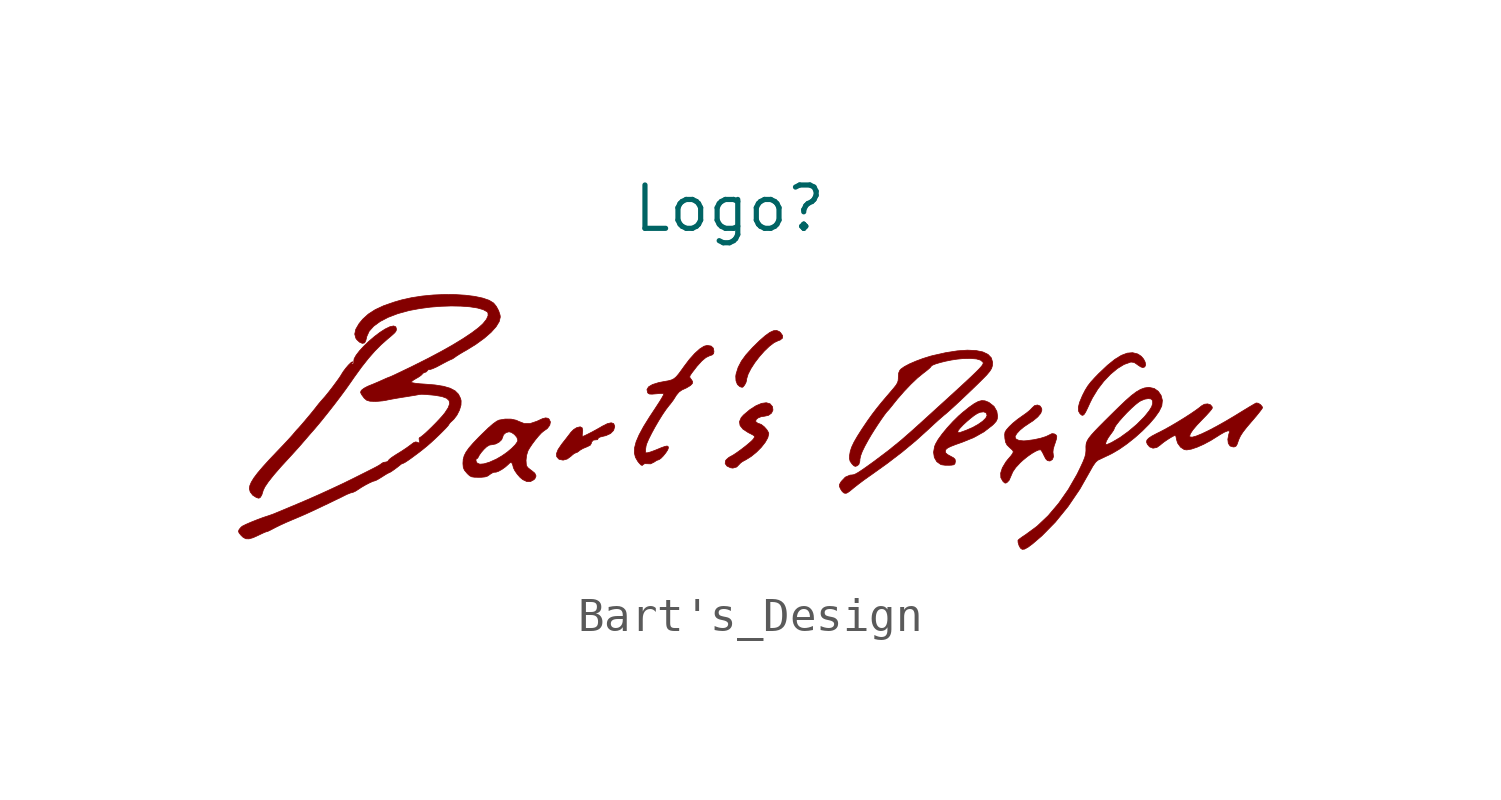
<source format=kicad_sym>
(kicad_symbol_lib
  (version 20231120)
  (generator "kicad_symbol_editor")
  (generator_version "8.0")
  (symbol "Bart's_Design"
    (property "Reference" "Logo"
      (at 0 3.302 0)
      (effects (font (size 1.27 1.27))))
    (property "Value" ""
      (at 0 0 0)
      (effects (font (size 1.27 1.27))))
    (symbol "Bart's_Design_0_0"
      (polyline (pts (xy 0.4 -1.927) (xy 0.445 -1.87) (xy 0.484 -1.795) (xy 0.501 -1.729) (xy 0.504 -1.69) (xy 0.546 -1.554) (xy 0.628 -1.393) (xy 0.741 -1.218) (xy 0.876 -1.042) (xy 1.021 -0.878) (xy 1.168 -0.737) (xy 1.306 -0.631) (xy 1.426 -0.574) (xy 1.484 -0.554) (xy 1.554 -0.498) (xy 1.557 -0.424) (xy 1.494 -0.335) (xy 1.461 -0.307) (xy 1.383 -0.274) (xy 1.292 -0.281) (xy 1.182 -0.331) (xy 1.047 -0.428) (xy 0.881 -0.573) (xy 0.68 -0.77) (xy 0.677 -0.773) (xy 0.487 -0.983) (xy 0.348 -1.173) (xy 0.253 -1.357) (xy 0.193 -1.549) (xy 0.183 -1.615) (xy 0.19 -1.75) (xy 0.232 -1.858) (xy 0.303 -1.921) (xy 0.32 -1.927) (xy 0.371 -1.941) (xy 0.4 -1.927)) (stroke (width 0.01) (type default)) (fill (type outline)))
      (polyline (pts (xy 10.398 -2.737) (xy 10.441 -2.671) (xy 10.498 -2.556) (xy 10.576 -2.386) (xy 10.646 -2.246) (xy 10.799 -1.996) (xy 10.977 -1.764) (xy 11.171 -1.56) (xy 11.372 -1.392) (xy 11.569 -1.271) (xy 11.754 -1.204) (xy 11.781 -1.2) (xy 11.867 -1.212) (xy 11.959 -1.273) (xy 11.979 -1.289) (xy 12.059 -1.341) (xy 12.12 -1.362) (xy 12.179 -1.342) (xy 12.203 -1.284) (xy 12.19 -1.204) (xy 12.146 -1.115) (xy 12.076 -1.032) (xy 11.984 -0.97) (xy 11.965 -0.961) (xy 11.82 -0.925) (xy 11.663 -0.939) (xy 11.491 -1.004) (xy 11.298 -1.123) (xy 11.081 -1.298) (xy 10.835 -1.531) (xy 10.722 -1.647) (xy 10.601 -1.779) (xy 10.51 -1.897) (xy 10.435 -2.016) (xy 10.364 -2.154) (xy 10.347 -2.189) (xy 10.267 -2.38) (xy 10.23 -2.527) (xy 10.234 -2.635) (xy 10.278 -2.713) (xy 10.285 -2.72) (xy 10.326 -2.755) (xy 10.361 -2.763) (xy 10.398 -2.737)) (stroke (width 0.01) (type default)) (fill (type outline)))
      (polyline (pts (xy -4.76 -4.043) (xy -4.647 -3.96) (xy -4.628 -3.941) (xy -4.558 -3.884) (xy -4.508 -3.861) (xy -4.466 -3.847) (xy -4.402 -3.8) (xy -4.386 -3.786) (xy -4.301 -3.736) (xy -4.197 -3.692) (xy -4.179 -3.686) (xy -4.083 -3.638) (xy -4.052 -3.583) (xy -4.045 -3.546) (xy -3.994 -3.489) (xy -3.905 -3.479) (xy -3.873 -3.477) (xy -3.854 -3.446) (xy -3.852 -3.433) (xy -3.801 -3.401) (xy -3.692 -3.373) (xy -3.626 -3.358) (xy -3.489 -3.296) (xy -3.399 -3.204) (xy -3.367 -3.093) (xy -3.368 -3.078) (xy -3.397 -3.005) (xy -3.47 -2.981) (xy -3.583 -3.007) (xy -3.734 -3.083) (xy -3.787 -3.115) (xy -3.92 -3.19) (xy -4.054 -3.262) (xy -4.174 -3.323) (xy -4.264 -3.366) (xy -4.311 -3.382) (xy -4.314 -3.381) (xy -4.32 -3.343) (xy -4.312 -3.267) (xy -4.305 -3.213) (xy -4.321 -3.129) (xy -4.379 -3.099) (xy -4.48 -3.123) (xy -4.569 -3.178) (xy -4.651 -3.259) (xy -4.66 -3.272) (xy -4.721 -3.352) (xy -4.806 -3.462) (xy -4.899 -3.58) (xy -4.925 -3.614) (xy -5.027 -3.765) (xy -5.074 -3.883) (xy -5.068 -3.974) (xy -5.011 -4.041) (xy -4.99 -4.054) (xy -4.88 -4.076) (xy -4.76 -4.043)) (stroke (width 0.01) (type default)) (fill (type outline)))
      (polyline (pts (xy 0.211 -4.277) (xy 0.305 -4.179) (xy 0.308 -4.175) (xy 0.361 -4.131) (xy 0.443 -4.084) (xy 0.475 -4.069) (xy 0.636 -3.968) (xy 0.792 -3.841) (xy 0.933 -3.699) (xy 1.047 -3.554) (xy 1.123 -3.419) (xy 1.151 -3.305) (xy 1.143 -3.267) (xy 1.094 -3.183) (xy 1.018 -3.098) (xy 0.934 -3.032) (xy 0.864 -3.005) (xy 0.834 -2.998) (xy 0.777 -2.956) (xy 0.769 -2.943) (xy 0.777 -2.891) (xy 0.834 -2.841) (xy 0.926 -2.803) (xy 1.038 -2.786) (xy 1.144 -2.762) (xy 1.231 -2.698) (xy 1.274 -2.609) (xy 1.261 -2.511) (xy 1.259 -2.506) (xy 1.187 -2.423) (xy 1.078 -2.393) (xy 0.94 -2.412) (xy 0.779 -2.48) (xy 0.6 -2.594) (xy 0.411 -2.753) (xy 0.342 -2.831) (xy 0.292 -2.949) (xy 0.31 -3.062) (xy 0.395 -3.168) (xy 0.545 -3.266) (xy 0.64 -3.314) (xy 0.707 -3.351) (xy 0.733 -3.377) (xy 0.73 -3.406) (xy 0.707 -3.449) (xy 0.707 -3.45) (xy 0.661 -3.501) (xy 0.574 -3.579) (xy 0.461 -3.672) (xy 0.336 -3.768) (xy 0.214 -3.856) (xy 0.11 -3.925) (xy 0.039 -3.964) (xy -0.018 -3.996) (xy -0.092 -4.059) (xy -0.119 -4.099) (xy -0.126 -4.179) (xy -0.074 -4.25) (xy 0.031 -4.3) (xy 0.099 -4.31) (xy 0.211 -4.277)) (stroke (width 0.01) (type default)) (fill (type outline)))
      (polyline (pts (xy 6.506 -4.224) (xy 6.578 -4.212) (xy 6.61 -4.183) (xy 6.622 -4.127) (xy 6.624 -4.105) (xy 6.614 -4.051) (xy 6.569 -4.008) (xy 6.475 -3.957) (xy 6.396 -3.914) (xy 6.339 -3.864) (xy 6.328 -3.812) (xy 6.334 -3.785) (xy 6.36 -3.748) (xy 6.411 -3.712) (xy 6.5 -3.67) (xy 6.634 -3.618) (xy 6.824 -3.551) (xy 7.16 -3.415) (xy 7.463 -3.246) (xy 7.711 -3.054) (xy 7.745 -3.022) (xy 7.818 -2.941) (xy 7.852 -2.869) (xy 7.861 -2.785) (xy 7.84 -2.646) (xy 7.758 -2.502) (xy 7.615 -2.389) (xy 7.586 -2.374) (xy 7.491 -2.337) (xy 7.398 -2.33) (xy 7.297 -2.356) (xy 7.177 -2.42) (xy 7.029 -2.524) (xy 6.843 -2.673) (xy 6.72 -2.78) (xy 6.551 -2.947) (xy 6.386 -3.127) (xy 6.3 -3.232) (xy 6.697 -3.232) (xy 6.707 -3.206) (xy 6.76 -3.139) (xy 6.845 -3.049) (xy 6.952 -2.949) (xy 7.066 -2.852) (xy 7.174 -2.768) (xy 7.264 -2.709) (xy 7.353 -2.672) (xy 7.455 -2.66) (xy 7.526 -2.69) (xy 7.553 -2.758) (xy 7.553 -2.765) (xy 7.516 -2.844) (xy 7.424 -2.935) (xy 7.289 -3.03) (xy 7.12 -3.123) (xy 6.927 -3.205) (xy 6.835 -3.239) (xy 6.754 -3.267) (xy 6.713 -3.274) (xy 6.699 -3.261) (xy 6.697 -3.232) (xy 6.3 -3.232) (xy 6.239 -3.305) (xy 6.12 -3.469) (xy 6.043 -3.604) (xy 6.014 -3.676) (xy 5.984 -3.845) (xy 6.007 -3.998) (xy 6.079 -4.122) (xy 6.197 -4.205) (xy 6.227 -4.213) (xy 6.324 -4.226) (xy 6.44 -4.227) (xy 6.506 -4.224)) (stroke (width 0.01) (type default)) (fill (type outline)))
      (polyline (pts (xy 8.13 -4.739) (xy 8.199 -4.669) (xy 8.258 -4.534) (xy 8.308 -4.418) (xy 8.394 -4.293) (xy 8.525 -4.152) (xy 8.601 -4.082) (xy 8.729 -3.977) (xy 8.859 -3.885) (xy 8.977 -3.816) (xy 9.071 -3.776) (xy 9.126 -3.775) (xy 9.141 -3.789) (xy 9.181 -3.854) (xy 9.227 -3.948) (xy 9.273 -4.037) (xy 9.321 -4.087) (xy 9.382 -4.101) (xy 9.402 -4.099) (xy 9.469 -4.058) (xy 9.501 -3.975) (xy 9.489 -3.867) (xy 9.485 -3.843) (xy 9.494 -3.755) (xy 9.523 -3.651) (xy 9.554 -3.564) (xy 9.588 -3.455) (xy 9.597 -3.386) (xy 9.582 -3.344) (xy 9.542 -3.315) (xy 9.522 -3.306) (xy 9.457 -3.299) (xy 9.378 -3.338) (xy 9.28 -3.385) (xy 9.121 -3.435) (xy 8.926 -3.477) (xy 8.713 -3.506) (xy 8.627 -3.512) (xy 8.493 -3.499) (xy 8.405 -3.461) (xy 8.374 -3.399) (xy 8.378 -3.378) (xy 8.423 -3.298) (xy 8.512 -3.201) (xy 8.633 -3.1) (xy 8.773 -3.006) (xy 8.906 -2.919) (xy 9.041 -2.807) (xy 9.128 -2.701) (xy 9.16 -2.61) (xy 9.154 -2.558) (xy 9.107 -2.488) (xy 9.031 -2.459) (xy 8.947 -2.477) (xy 8.873 -2.545) (xy 8.867 -2.553) (xy 8.803 -2.618) (xy 8.703 -2.699) (xy 8.585 -2.782) (xy 8.449 -2.879) (xy 8.312 -2.99) (xy 8.206 -3.091) (xy 8.191 -3.108) (xy 8.117 -3.193) (xy 8.079 -3.259) (xy 8.069 -3.328) (xy 8.075 -3.427) (xy 8.076 -3.44) (xy 8.097 -3.553) (xy 8.139 -3.633) (xy 8.221 -3.714) (xy 8.256 -3.744) (xy 8.305 -3.791) (xy 8.322 -3.831) (xy 8.305 -3.88) (xy 8.251 -3.953) (xy 8.156 -4.064) (xy 8.103 -4.132) (xy 8.002 -4.301) (xy 7.952 -4.456) (xy 7.957 -4.591) (xy 8.018 -4.697) (xy 8.053 -4.73) (xy 8.083 -4.751) (xy 8.13 -4.739)) (stroke (width 0.01) (type default)) (fill (type outline)))
      (polyline (pts (xy 13.546 -3.753) (xy 13.715 -3.696) (xy 13.909 -3.61) (xy 14.116 -3.499) (xy 14.326 -3.368) (xy 14.394 -3.324) (xy 14.516 -3.255) (xy 14.607 -3.219) (xy 14.659 -3.218) (xy 14.664 -3.254) (xy 14.643 -3.314) (xy 14.614 -3.465) (xy 14.628 -3.584) (xy 14.681 -3.662) (xy 14.771 -3.69) (xy 14.809 -3.687) (xy 14.853 -3.667) (xy 14.887 -3.611) (xy 14.924 -3.505) (xy 14.941 -3.459) (xy 14.987 -3.362) (xy 15.058 -3.253) (xy 15.162 -3.119) (xy 15.307 -2.949) (xy 15.353 -2.896) (xy 15.463 -2.766) (xy 15.551 -2.656) (xy 15.61 -2.578) (xy 15.632 -2.54) (xy 15.623 -2.51) (xy 15.575 -2.451) (xy 15.506 -2.408) (xy 15.446 -2.4) (xy 15.432 -2.407) (xy 15.363 -2.446) (xy 15.254 -2.51) (xy 15.114 -2.595) (xy 14.957 -2.691) (xy 14.846 -2.76) (xy 14.555 -2.933) (xy 14.288 -3.083) (xy 14.051 -3.208) (xy 13.85 -3.304) (xy 13.688 -3.37) (xy 13.573 -3.402) (xy 13.509 -3.398) (xy 13.494 -3.372) (xy 13.516 -3.3) (xy 13.588 -3.191) (xy 13.708 -3.049) (xy 13.873 -2.876) (xy 13.982 -2.764) (xy 14.074 -2.663) (xy 14.137 -2.587) (xy 14.16 -2.547) (xy 14.153 -2.51) (xy 14.103 -2.452) (xy 14.02 -2.427) (xy 13.925 -2.438) (xy 13.837 -2.489) (xy 13.795 -2.525) (xy 13.679 -2.611) (xy 13.524 -2.717) (xy 13.341 -2.835) (xy 13.146 -2.955) (xy 12.95 -3.071) (xy 12.768 -3.173) (xy 12.613 -3.254) (xy 12.533 -3.293) (xy 12.384 -3.372) (xy 12.289 -3.436) (xy 12.24 -3.492) (xy 12.23 -3.547) (xy 12.253 -3.608) (xy 12.319 -3.687) (xy 12.419 -3.726) (xy 12.531 -3.705) (xy 12.643 -3.625) (xy 12.662 -3.607) (xy 12.739 -3.546) (xy 12.838 -3.478) (xy 12.941 -3.413) (xy 13.027 -3.366) (xy 13.078 -3.347) (xy 13.081 -3.35) (xy 13.095 -3.395) (xy 13.111 -3.478) (xy 13.143 -3.579) (xy 13.227 -3.695) (xy 13.338 -3.768) (xy 13.412 -3.776) (xy 13.546 -3.753)) (stroke (width 0.01) (type default)) (fill (type outline)))
      (polyline (pts (xy -13.759 -5.168) (xy -13.715 -5.093) (xy -13.682 -4.987) (xy -13.679 -4.973) (xy -13.628 -4.864) (xy -13.525 -4.712) (xy -13.37 -4.516) (xy -13.163 -4.277) (xy -12.905 -3.996) (xy -12.894 -3.984) (xy -12.765 -3.843) (xy -12.626 -3.689) (xy -12.507 -3.552) (xy -12.494 -3.537) (xy -12.386 -3.412) (xy -12.28 -3.289) (xy -12.197 -3.195) (xy -12.14 -3.129) (xy -11.978 -2.935) (xy -11.795 -2.707) (xy -11.604 -2.464) (xy -11.419 -2.221) (xy -11.252 -1.995) (xy -11.116 -1.803) (xy -11.008 -1.647) (xy -10.792 -1.348) (xy -10.594 -1.097) (xy -10.406 -0.882) (xy -10.22 -0.694) (xy -10.027 -0.523) (xy -9.913 -0.428) (xy -9.835 -0.358) (xy -9.791 -0.309) (xy -9.773 -0.27) (xy -9.768 -0.229) (xy -9.787 -0.167) (xy -9.851 -0.141) (xy -9.959 -0.164) (xy -9.962 -0.165) (xy -10.1 -0.232) (xy -10.254 -0.331) (xy -10.415 -0.453) (xy -10.574 -0.589) (xy -10.722 -0.731) (xy -10.85 -0.869) (xy -10.948 -0.996) (xy -11.008 -1.102) (xy -11.02 -1.179) (xy -11.018 -1.187) (xy -11.018 -1.244) (xy -11.06 -1.259) (xy -11.068 -1.259) (xy -11.101 -1.252) (xy -11.069 -1.225) (xy -11.046 -1.205) (xy -11.058 -1.191) (xy -11.061 -1.192) (xy -11.107 -1.222) (xy -11.177 -1.29) (xy -11.255 -1.382) (xy -11.329 -1.481) (xy -11.384 -1.569) (xy -11.405 -1.605) (xy -11.47 -1.7) (xy -11.56 -1.823) (xy -11.662 -1.96) (xy -11.766 -2.093) (xy -11.859 -2.208) (xy -11.93 -2.288) (xy -11.951 -2.312) (xy -12.036 -2.41) (xy -12.118 -2.514) (xy -12.129 -2.529) (xy -12.192 -2.608) (xy -12.278 -2.714) (xy -12.378 -2.833) (xy -12.478 -2.952) (xy -12.569 -3.058) (xy -12.639 -3.137) (xy -12.676 -3.176) (xy -12.686 -3.186) (xy -12.731 -3.237) (xy -12.794 -3.313) (xy -12.812 -3.334) (xy -12.887 -3.418) (xy -12.993 -3.533) (xy -13.12 -3.668) (xy -13.256 -3.81) (xy -13.487 -4.053) (xy -13.684 -4.27) (xy -13.837 -4.45) (xy -13.95 -4.6) (xy -14.025 -4.723) (xy -14.068 -4.825) (xy -14.082 -4.912) (xy -14.056 -5.009) (xy -13.981 -5.106) (xy -13.876 -5.172) (xy -13.851 -5.18) (xy -13.803 -5.193) (xy -13.759 -5.168)) (stroke (width 0.01) (type default)) (fill (type outline)))
      (polyline (pts (xy -2.526 -4.2) (xy -2.484 -4.179) (xy -2.401 -4.182) (xy -2.314 -4.185) (xy -2.212 -4.135) (xy -2.211 -4.134) (xy -2.138 -4.086) (xy -2.082 -4.066) (xy -2.07 -4.064) (xy -2.012 -4.024) (xy -1.94 -3.951) (xy -1.869 -3.862) (xy -1.814 -3.778) (xy -1.792 -3.718) (xy -1.793 -3.709) (xy -1.802 -3.675) (xy -1.832 -3.662) (xy -1.893 -3.674) (xy -1.997 -3.711) (xy -2.152 -3.775) (xy -2.205 -3.796) (xy -2.324 -3.839) (xy -2.412 -3.862) (xy -2.455 -3.862) (xy -2.463 -3.838) (xy -2.462 -3.76) (xy -2.446 -3.655) (xy -2.425 -3.587) (xy -2.367 -3.453) (xy -2.284 -3.288) (xy -2.184 -3.104) (xy -2.075 -2.917) (xy -1.965 -2.74) (xy -1.861 -2.588) (xy -1.773 -2.474) (xy -1.737 -2.432) (xy -1.647 -2.312) (xy -1.577 -2.201) (xy -1.56 -2.173) (xy -1.481 -2.079) (xy -1.398 -2.02) (xy -1.261 -1.957) (xy -1.147 -1.889) (xy -1.089 -1.829) (xy -1.083 -1.77) (xy -1.124 -1.706) (xy -1.143 -1.684) (xy -1.168 -1.641) (xy -1.157 -1.597) (xy -1.108 -1.524) (xy -0.953 -1.323) (xy -0.814 -1.169) (xy -0.695 -1.069) (xy -0.59 -1.018) (xy -0.51 -0.991) (xy -0.467 -0.953) (xy -0.457 -0.888) (xy -0.475 -0.791) (xy -0.539 -0.731) (xy -0.655 -0.712) (xy -0.748 -0.736) (xy -0.874 -0.816) (xy -1.018 -0.946) (xy -1.173 -1.118) (xy -1.332 -1.328) (xy -1.381 -1.397) (xy -1.48 -1.533) (xy -1.558 -1.627) (xy -1.628 -1.687) (xy -1.703 -1.725) (xy -1.795 -1.75) (xy -1.917 -1.771) (xy -2.08 -1.803) (xy -2.259 -1.859) (xy -2.373 -1.926) (xy -2.421 -2.004) (xy -2.403 -2.093) (xy -2.384 -2.119) (xy -2.344 -2.138) (xy -2.271 -2.141) (xy -2.149 -2.131) (xy -2.041 -2.122) (xy -1.96 -2.122) (xy -1.929 -2.13) (xy -1.931 -2.144) (xy -1.948 -2.187) (xy -1.987 -2.257) (xy -2.051 -2.362) (xy -2.146 -2.508) (xy -2.275 -2.704) (xy -2.345 -2.81) (xy -2.521 -3.093) (xy -2.651 -3.334) (xy -2.739 -3.539) (xy -2.784 -3.713) (xy -2.791 -3.863) (xy -2.759 -3.993) (xy -2.691 -4.111) (xy -2.652 -4.16) (xy -2.595 -4.22) (xy -2.557 -4.231) (xy -2.526 -4.2)) (stroke (width 0.01) (type default)) (fill (type outline)))
      (polyline (pts (xy 8.655 -6.685) (xy 8.754 -6.63) (xy 8.891 -6.528) (xy 9.159 -6.298) (xy 9.555 -5.895) (xy 9.928 -5.436) (xy 10.274 -4.927) (xy 10.587 -4.375) (xy 10.658 -4.249) (xy 10.738 -4.136) (xy 10.805 -4.078) (xy 10.816 -4.073) (xy 10.898 -4.034) (xy 11.016 -3.978) (xy 11.147 -3.916) (xy 11.21 -3.885) (xy 11.431 -3.756) (xy 11.66 -3.596) (xy 11.889 -3.414) (xy 12.107 -3.219) (xy 12.304 -3.021) (xy 12.47 -2.828) (xy 12.596 -2.651) (xy 12.672 -2.497) (xy 12.678 -2.481) (xy 12.695 -2.324) (xy 12.657 -2.179) (xy 12.574 -2.058) (xy 12.455 -1.975) (xy 12.309 -1.944) (xy 12.282 -1.944) (xy 12.17 -1.96) (xy 12.055 -2.002) (xy 11.929 -2.075) (xy 11.784 -2.184) (xy 11.612 -2.336) (xy 11.404 -2.535) (xy 11.212 -2.723) (xy 11.006 -2.927) (xy 10.841 -3.093) (xy 10.712 -3.227) (xy 10.615 -3.335) (xy 10.545 -3.422) (xy 10.499 -3.494) (xy 10.471 -3.557) (xy 10.464 -3.586) (xy 11.03 -3.586) (xy 11.054 -3.514) (xy 11.107 -3.418) (xy 11.182 -3.312) (xy 11.214 -3.27) (xy 11.264 -3.196) (xy 11.284 -3.152) (xy 11.292 -3.124) (xy 11.34 -3.046) (xy 11.424 -2.939) (xy 11.532 -2.815) (xy 11.654 -2.685) (xy 11.781 -2.56) (xy 11.902 -2.451) (xy 12.007 -2.369) (xy 12.062 -2.336) (xy 12.178 -2.288) (xy 12.285 -2.271) (xy 12.367 -2.284) (xy 12.407 -2.332) (xy 12.41 -2.416) (xy 12.38 -2.512) (xy 12.309 -2.627) (xy 12.192 -2.774) (xy 12.152 -2.82) (xy 11.944 -3.028) (xy 11.703 -3.232) (xy 11.453 -3.413) (xy 11.215 -3.553) (xy 11.18 -3.57) (xy 11.097 -3.607) (xy 11.047 -3.621) (xy 11.04 -3.62) (xy 11.03 -3.586) (xy 10.464 -3.586) (xy 10.457 -3.617) (xy 10.452 -3.679) (xy 10.453 -3.748) (xy 10.453 -3.804) (xy 10.444 -3.897) (xy 10.418 -3.996) (xy 10.37 -4.119) (xy 10.294 -4.284) (xy 10.194 -4.489) (xy 9.937 -4.936) (xy 9.652 -5.344) (xy 9.345 -5.706) (xy 9.02 -6.014) (xy 8.685 -6.261) (xy 8.582 -6.329) (xy 8.502 -6.388) (xy 8.463 -6.423) (xy 8.46 -6.431) (xy 8.464 -6.494) (xy 8.491 -6.581) (xy 8.532 -6.656) (xy 8.584 -6.693) (xy 8.655 -6.685)) (stroke (width 0.01) (type default)) (fill (type outline)))
      (polyline (pts (xy -5.735 -4.648) (xy -5.707 -4.62) (xy -5.674 -4.541) (xy -5.71 -4.459) (xy -5.813 -4.375) (xy -5.832 -4.363) (xy -5.907 -4.303) (xy -5.948 -4.251) (xy -5.959 -4.213) (xy -5.968 -4.082) (xy -5.951 -3.935) (xy -5.91 -3.802) (xy -5.865 -3.723) (xy -5.789 -3.609) (xy -5.697 -3.486) (xy -5.603 -3.372) (xy -5.519 -3.281) (xy -5.46 -3.231) (xy -5.458 -3.23) (xy -5.341 -3.146) (xy -5.271 -3.05) (xy -5.252 -2.956) (xy -5.291 -2.875) (xy -5.323 -2.85) (xy -5.392 -2.837) (xy -5.488 -2.862) (xy -5.626 -2.926) (xy -5.645 -2.935) (xy -5.841 -3.001) (xy -6.025 -3.001) (xy -6.194 -2.935) (xy -6.251 -2.907) (xy -6.402 -2.874) (xy -6.579 -2.872) (xy -6.758 -2.902) (xy -6.827 -2.935) (xy -6.933 -3.011) (xy -7.073 -3.132) (xy -7.251 -3.304) (xy -7.35 -3.402) (xy -7.517 -3.576) (xy -7.641 -3.719) (xy -7.727 -3.84) (xy -7.781 -3.947) (xy -7.809 -4.049) (xy -7.81 -4.056) (xy -7.438 -4.056) (xy -7.409 -4.032) (xy -7.386 -4.019) (xy -7.355 -3.964) (xy -7.337 -3.928) (xy -7.28 -3.848) (xy -7.202 -3.759) (xy -7.119 -3.681) (xy -7.038 -3.634) (xy -6.952 -3.621) (xy -6.858 -3.602) (xy -6.759 -3.549) (xy -6.683 -3.477) (xy -6.653 -3.403) (xy -6.628 -3.332) (xy -6.557 -3.27) (xy -6.468 -3.245) (xy -6.398 -3.262) (xy -6.308 -3.323) (xy -6.237 -3.406) (xy -6.208 -3.49) (xy -6.221 -3.537) (xy -6.284 -3.627) (xy -6.388 -3.732) (xy -6.521 -3.844) (xy -6.674 -3.951) (xy -6.833 -4.044) (xy -6.848 -4.051) (xy -7.04 -4.137) (xy -7.2 -4.185) (xy -7.322 -4.195) (xy -7.398 -4.165) (xy -7.432 -4.111) (xy -7.438 -4.056) (xy -7.81 -4.056) (xy -7.817 -4.156) (xy -7.817 -4.188) (xy -7.807 -4.294) (xy -7.773 -4.372) (xy -7.702 -4.457) (xy -7.685 -4.476) (xy -7.622 -4.534) (xy -7.563 -4.565) (xy -7.482 -4.577) (xy -7.356 -4.58) (xy -7.274 -4.579) (xy -7.168 -4.568) (xy -7.093 -4.543) (xy -7.025 -4.495) (xy -7.008 -4.482) (xy -6.933 -4.438) (xy -6.878 -4.429) (xy -6.85 -4.43) (xy -6.771 -4.402) (xy -6.671 -4.346) (xy -6.569 -4.273) (xy -6.483 -4.196) (xy -6.447 -4.16) (xy -6.408 -4.141) (xy -6.378 -4.169) (xy -6.364 -4.198) (xy -6.346 -4.264) (xy -6.34 -4.296) (xy -6.296 -4.386) (xy -6.225 -4.488) (xy -6.142 -4.583) (xy -6.062 -4.649) (xy -5.944 -4.704) (xy -5.837 -4.705) (xy -5.735 -4.648)) (stroke (width 0.01) (type default)) (fill (type outline)))
      (polyline (pts (xy 3.465 -5.029) (xy 3.533 -4.98) (xy 3.639 -4.893) (xy 3.657 -4.878) (xy 3.791 -4.773) (xy 3.947 -4.656) (xy 4.095 -4.551) (xy 4.136 -4.523) (xy 4.623 -4.175) (xy 5.062 -3.839) (xy 5.464 -3.505) (xy 5.845 -3.161) (xy 5.85 -3.155) (xy 5.987 -3.028) (xy 6.118 -2.909) (xy 6.229 -2.812) (xy 6.304 -2.748) (xy 6.335 -2.724) (xy 6.433 -2.638) (xy 6.567 -2.517) (xy 6.727 -2.369) (xy 6.903 -2.203) (xy 7.087 -2.028) (xy 7.269 -1.852) (xy 7.439 -1.684) (xy 7.543 -1.578) (xy 7.631 -1.473) (xy 7.684 -1.388) (xy 7.709 -1.309) (xy 7.716 -1.207) (xy 7.677 -1.076) (xy 7.58 -0.975) (xy 7.429 -0.903) (xy 7.227 -0.862) (xy 6.976 -0.851) (xy 6.679 -0.872) (xy 6.34 -0.925) (xy 5.961 -1.01) (xy 5.892 -1.028) (xy 5.676 -1.095) (xy 5.467 -1.173) (xy 5.279 -1.254) (xy 5.128 -1.334) (xy 5.028 -1.405) (xy 4.994 -1.444) (xy 4.96 -1.523) (xy 4.951 -1.643) (xy 4.951 -1.676) (xy 4.945 -1.746) (xy 4.925 -1.808) (xy 4.884 -1.878) (xy 4.812 -1.969) (xy 4.703 -2.097) (xy 4.636 -2.175) (xy 4.459 -2.383) (xy 4.313 -2.564) (xy 4.183 -2.734) (xy 4.056 -2.911) (xy 3.921 -3.111) (xy 3.882 -3.169) (xy 3.748 -3.38) (xy 3.65 -3.55) (xy 3.583 -3.692) (xy 3.542 -3.816) (xy 3.522 -3.932) (xy 3.517 -4.025) (xy 3.536 -4.107) (xy 3.589 -4.184) (xy 3.642 -4.24) (xy 3.69 -4.26) (xy 3.747 -4.241) (xy 3.794 -4.2) (xy 3.822 -4.104) (xy 3.824 -4.051) (xy 3.846 -3.948) (xy 3.892 -3.825) (xy 3.968 -3.668) (xy 4.078 -3.468) (xy 4.154 -3.339) (xy 4.247 -3.19) (xy 4.346 -3.037) (xy 4.444 -2.891) (xy 4.532 -2.766) (xy 4.601 -2.674) (xy 4.642 -2.628) (xy 4.643 -2.628) (xy 4.675 -2.593) (xy 4.735 -2.519) (xy 4.812 -2.423) (xy 4.921 -2.287) (xy 5.119 -2.06) (xy 5.32 -1.849) (xy 5.511 -1.667) (xy 5.679 -1.53) (xy 5.716 -1.502) (xy 5.815 -1.424) (xy 5.884 -1.363) (xy 5.91 -1.329) (xy 5.911 -1.325) (xy 5.952 -1.292) (xy 6.046 -1.254) (xy 6.179 -1.214) (xy 6.337 -1.175) (xy 6.506 -1.141) (xy 6.674 -1.115) (xy 6.827 -1.1) (xy 7.063 -1.094) (xy 7.241 -1.108) (xy 7.362 -1.143) (xy 7.429 -1.2) (xy 7.432 -1.205) (xy 7.439 -1.221) (xy 7.439 -1.241) (xy 7.428 -1.268) (xy 7.405 -1.304) (xy 7.365 -1.352) (xy 7.306 -1.416) (xy 7.224 -1.498) (xy 7.116 -1.602) (xy 6.979 -1.731) (xy 6.811 -1.887) (xy 6.607 -2.074) (xy 6.365 -2.295) (xy 6.082 -2.552) (xy 5.755 -2.85) (xy 5.379 -3.19) (xy 5.032 -3.494) (xy 4.66 -3.796) (xy 4.25 -4.105) (xy 4.199 -4.142) (xy 4.014 -4.275) (xy 3.873 -4.373) (xy 3.768 -4.441) (xy 3.692 -4.483) (xy 3.636 -4.505) (xy 3.593 -4.511) (xy 3.533 -4.516) (xy 3.396 -4.575) (xy 3.279 -4.699) (xy 3.264 -4.721) (xy 3.225 -4.791) (xy 3.223 -4.845) (xy 3.254 -4.916) (xy 3.256 -4.921) (xy 3.305 -4.995) (xy 3.35 -5.036) (xy 3.381 -5.047) (xy 3.419 -5.049) (xy 3.465 -5.029)) (stroke (width 0.01) (type default)) (fill (type outline)))
      (polyline (pts (xy -13.97 -6.35) (xy -13.807 -6.276) (xy -13.777 -6.261) (xy -13.671 -6.211) (xy -13.596 -6.18) (xy -13.568 -6.173) (xy -13.568 -6.174) (xy -13.533 -6.162) (xy -13.456 -6.125) (xy -13.351 -6.07) (xy -13.317 -6.052) (xy -13.168 -5.979) (xy -12.995 -5.9) (xy -12.829 -5.829) (xy -12.783 -5.81) (xy -12.611 -5.737) (xy -12.44 -5.663) (xy -12.302 -5.6) (xy -12.172 -5.54) (xy -11.962 -5.44) (xy -11.751 -5.34) (xy -11.555 -5.245) (xy -11.389 -5.165) (xy -11.27 -5.105) (xy -11.211 -5.077) (xy -11.119 -5.04) (xy -11.061 -5.025) (xy -11.04 -5.02) (xy -10.967 -4.986) (xy -10.878 -4.929) (xy -10.792 -4.872) (xy -10.675 -4.804) (xy -10.557 -4.743) (xy -10.459 -4.699) (xy -10.399 -4.682) (xy -10.362 -4.668) (xy -10.284 -4.625) (xy -10.184 -4.563) (xy -10.095 -4.506) (xy -10.016 -4.46) (xy -9.976 -4.443) (xy -9.972 -4.442) (xy -9.924 -4.415) (xy -9.842 -4.359) (xy -9.742 -4.285) (xy -9.642 -4.204) (xy -9.621 -4.189) (xy -9.571 -4.169) (xy -9.562 -4.167) (xy -9.504 -4.135) (xy -9.407 -4.071) (xy -9.284 -3.982) (xy -9.145 -3.879) (xy -9.001 -3.768) (xy -8.866 -3.658) (xy -8.858 -3.651) (xy -8.755 -3.561) (xy -8.639 -3.454) (xy -8.519 -3.34) (xy -8.408 -3.23) (xy -8.315 -3.135) (xy -8.252 -3.064) (xy -8.228 -3.029) (xy -8.226 -3.021) (xy -8.189 -2.974) (xy -8.122 -2.912) (xy -8.088 -2.88) (xy -7.994 -2.756) (xy -7.919 -2.609) (xy -7.875 -2.461) (xy -7.871 -2.336) (xy -7.888 -2.267) (xy -7.949 -2.143) (xy -8.048 -2.044) (xy -8.192 -1.968) (xy -8.386 -1.911) (xy -8.636 -1.871) (xy -8.947 -1.846) (xy -9.081 -1.837) (xy -9.217 -1.822) (xy -9.305 -1.806) (xy -9.335 -1.79) (xy -9.325 -1.774) (xy -9.269 -1.729) (xy -9.182 -1.677) (xy -9.134 -1.65) (xy -9.051 -1.594) (xy -9.006 -1.549) (xy -8.987 -1.526) (xy -8.927 -1.499) (xy -8.903 -1.494) (xy -8.857 -1.45) (xy -8.843 -1.428) (xy -8.794 -1.417) (xy -8.775 -1.417) (xy -8.703 -1.393) (xy -8.595 -1.345) (xy -8.468 -1.278) (xy -8.398 -1.24) (xy -8.284 -1.18) (xy -8.199 -1.138) (xy -8.16 -1.122) (xy -8.118 -1.103) (xy -8.052 -1.058) (xy -8.011 -1.028) (xy -7.911 -0.964) (xy -7.8 -0.898) (xy -7.722 -0.855) (xy -7.436 -0.678) (xy -7.192 -0.501) (xy -6.993 -0.328) (xy -6.846 -0.164) (xy -6.754 -0.013) (xy -6.722 0.12) (xy -6.729 0.177) (xy -6.77 0.304) (xy -6.838 0.431) (xy -6.917 0.529) (xy -6.921 0.532) (xy -7.051 0.612) (xy -7.238 0.676) (xy -7.473 0.726) (xy -7.744 0.76) (xy -8.044 0.779) (xy -8.361 0.781) (xy -8.686 0.767) (xy -9.01 0.736) (xy -9.323 0.688) (xy -9.614 0.623) (xy -9.829 0.561) (xy -10.138 0.454) (xy -10.39 0.337) (xy -10.593 0.206) (xy -10.755 0.059) (xy -10.864 -0.073) (xy -10.96 -0.238) (xy -10.991 -0.38) (xy -10.959 -0.5) (xy -10.928 -0.544) (xy -10.85 -0.617) (xy -10.769 -0.652) (xy -10.705 -0.639) (xy -10.697 -0.631) (xy -10.665 -0.565) (xy -10.641 -0.469) (xy -10.636 -0.446) (xy -10.567 -0.295) (xy -10.436 -0.149) (xy -10.249 -0.012) (xy -10.011 0.112) (xy -9.728 0.22) (xy -9.406 0.308) (xy -9.381 0.314) (xy -9.084 0.369) (xy -8.776 0.41) (xy -8.465 0.435) (xy -8.162 0.445) (xy -7.877 0.44) (xy -7.619 0.421) (xy -7.398 0.387) (xy -7.225 0.338) (xy -7.108 0.275) (xy -7.084 0.244) (xy -7.08 0.16) (xy -7.129 0.051) (xy -7.229 -0.073) (xy -7.354 -0.188) (xy -7.552 -0.338) (xy -7.804 -0.507) (xy -8.104 -0.69) (xy -8.447 -0.884) (xy -8.827 -1.086) (xy -9.239 -1.293) (xy -9.348 -1.347) (xy -9.54 -1.439) (xy -9.706 -1.519) (xy -9.837 -1.581) (xy -9.925 -1.621) (xy -9.96 -1.636) (xy -9.999 -1.649) (xy -10.082 -1.684) (xy -10.191 -1.733) (xy -10.296 -1.78) (xy -10.442 -1.842) (xy -10.563 -1.891) (xy -10.614 -1.912) (xy -10.715 -1.966) (xy -10.781 -2.015) (xy -10.81 -2.051) (xy -10.819 -2.097) (xy -10.785 -2.161) (xy -10.713 -2.259) (xy -10.64 -2.32) (xy -10.546 -2.348) (xy -10.408 -2.354) (xy -10.314 -2.351) (xy -10.172 -2.338) (xy -10.059 -2.319) (xy -10.017 -2.309) (xy -9.896 -2.286) (xy -9.743 -2.259) (xy -9.58 -2.232) (xy -9.488 -2.218) (xy -9.341 -2.194) (xy -9.222 -2.175) (xy -9.152 -2.162) (xy -9.135 -2.158) (xy -9.083 -2.149) (xy -9.034 -2.145) (xy -8.969 -2.147) (xy -8.871 -2.154) (xy -8.723 -2.167) (xy -8.628 -2.177) (xy -8.43 -2.212) (xy -8.295 -2.262) (xy -8.222 -2.332) (xy -8.208 -2.424) (xy -8.251 -2.542) (xy -8.348 -2.69) (xy -8.41 -2.767) (xy -8.509 -2.877) (xy -8.625 -2.999) (xy -8.747 -3.121) (xy -8.865 -3.235) (xy -8.969 -3.329) (xy -9.047 -3.392) (xy -9.09 -3.416) (xy -9.104 -3.44) (xy -9.097 -3.505) (xy -9.087 -3.552) (xy -9.096 -3.577) (xy -9.145 -3.557) (xy -9.154 -3.552) (xy -9.205 -3.542) (xy -9.265 -3.565) (xy -9.352 -3.63) (xy -9.369 -3.643) (xy -9.474 -3.719) (xy -9.609 -3.809) (xy -9.748 -3.895) (xy -9.798 -3.926) (xy -9.905 -3.997) (xy -9.979 -4.056) (xy -10.007 -4.092) (xy -10.028 -4.12) (xy -10.092 -4.135) (xy -10.149 -4.143) (xy -10.197 -4.17) (xy -10.199 -4.172) (xy -10.245 -4.207) (xy -10.333 -4.259) (xy -10.447 -4.319) (xy -10.493 -4.342) (xy -10.645 -4.419) (xy -10.819 -4.506) (xy -10.984 -4.589) (xy -11.008 -4.601) (xy -11.315 -4.752) (xy -11.665 -4.916) (xy -12.036 -5.086) (xy -12.409 -5.25) (xy -12.764 -5.401) (xy -12.875 -5.447) (xy -13.044 -5.518) (xy -13.187 -5.578) (xy -13.292 -5.621) (xy -13.346 -5.644) (xy -13.406 -5.667) (xy -13.512 -5.704) (xy -13.637 -5.745) (xy -13.698 -5.766) (xy -13.861 -5.827) (xy -14.029 -5.894) (xy -14.177 -5.958) (xy -14.284 -6.011) (xy -14.322 -6.041) (xy -14.378 -6.106) (xy -14.382 -6.114) (xy -14.401 -6.162) (xy -14.383 -6.211) (xy -14.323 -6.284) (xy -14.263 -6.341) (xy -14.184 -6.382) (xy -14.091 -6.385) (xy -13.97 -6.35)) (stroke (width 0.01) (type default)) (fill (type outline))))))
</source>
